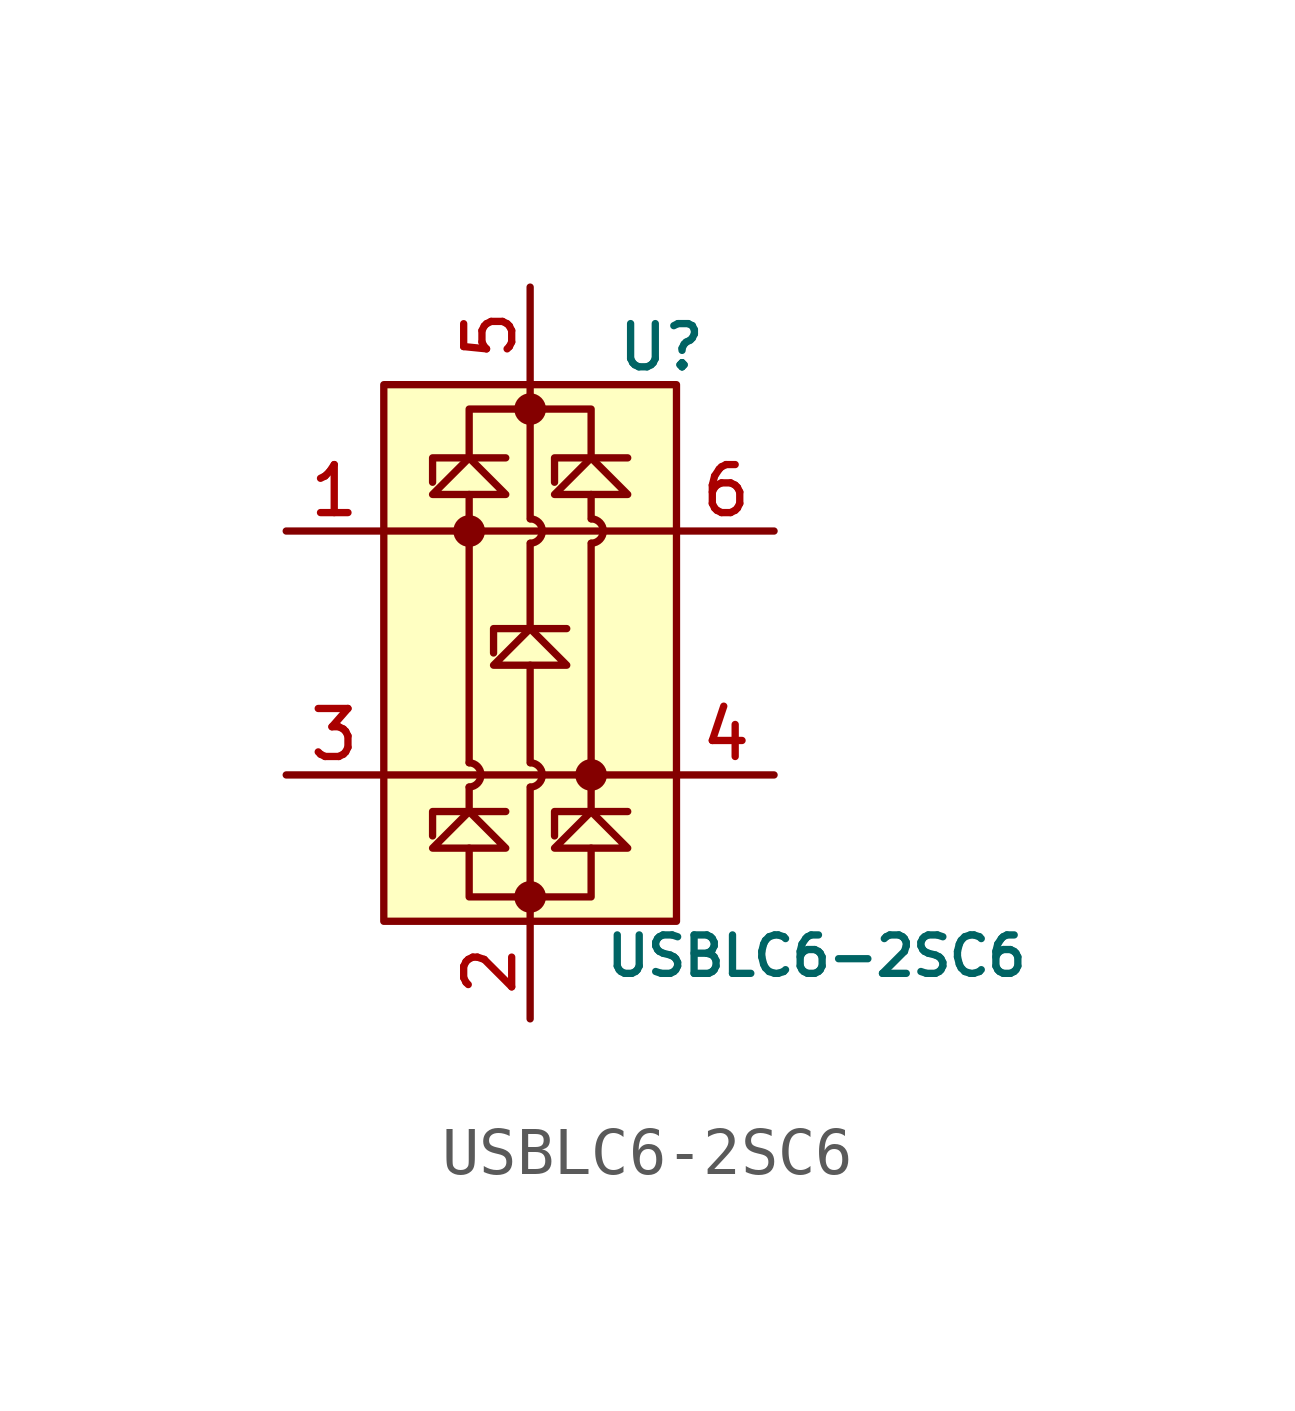
<source format=kicad_sym>
(kicad_symbol_lib
  (version 20231120)
  (generator "kicad_symbol_editor")
  (generator_version "8.0")
  (symbol "USBLC6-2SC6"
    (pin_names hide)
    (property "Reference" "U"
      (at 1.778 5.842 0)
      (effects (font (size 0.9 0.9)) (justify left bottom)))
    (property "Value" "USBLC6-2SC6"
      (at 1.524 -5.842 0)
      (effects (font (size 0.8 0.8)) (justify left top)))
    (symbol "USBLC6-2SC6_0_1"
      (arc (start -1.27 -2.794) (mid -1.023 -2.54) (end -1.27 -2.286) (stroke (width 0) (type default)) (fill (type none)))
      (polyline (pts (xy -3.048 -2.54) (xy 3.048 -2.54)) (stroke (width 0) (type default)) (fill (type none)))
      (polyline (pts (xy -1.27 -2.794) (xy -1.27 -3.302)) (stroke (width 0) (type default)) (fill (type none)))
      (polyline (pts (xy -1.27 2.54) (xy -1.27 -2.286)) (stroke (width 0) (type default)) (fill (type none)))
      (polyline (pts (xy 0 -2.794) (xy 0 -5.08)) (stroke (width 0) (type default)) (fill (type none)))
      (polyline (pts (xy 0 -2.286) (xy 0 -0.254)) (stroke (width 0) (type default)) (fill (type none)))
      (polyline (pts (xy 0 0.508) (xy 0 2.286)) (stroke (width 0) (type default)) (fill (type none)))
      (polyline (pts (xy 0 2.794) (xy 0 5.08)) (stroke (width 0) (type default)) (fill (type none)))
      (polyline (pts (xy 0 5.08) (xy 0 5.588)) (stroke (width 0) (type default)) (fill (type none)))
      (polyline (pts (xy 1.27 -3.302) (xy 1.27 -2.54)) (stroke (width 0) (type default)) (fill (type none)))
      (polyline (pts (xy 1.27 -2.54) (xy 1.27 2.286)) (stroke (width 0) (type default)) (fill (type none)))
      (polyline (pts (xy 1.27 2.794) (xy 1.27 3.302)) (stroke (width 0) (type default)) (fill (type none)))
      (polyline (pts (xy 3.048 2.54) (xy -1.27 2.54)) (stroke (width 0) (type default)) (fill (type none)))
      (polyline (pts (xy -3.048 2.54) (xy -1.27 2.54) (xy -1.27 3.302)) (stroke (width 0) (type default)) (fill (type none)))
      (polyline (pts (xy -1.27 4.064) (xy -1.27 5.08) (xy 0 5.08)) (stroke (width 0) (type default)) (fill (type none)))
      (polyline (pts (xy -0.508 -3.302) (xy -2.032 -3.302) (xy -2.032 -3.81)) (stroke (width 0) (type default)) (fill (type none)))
      (polyline (pts (xy -0.508 4.064) (xy -2.032 4.064) (xy -2.032 3.556)) (stroke (width 0) (type default)) (fill (type none)))
      (polyline (pts (xy 0 5.08) (xy 1.27 5.08) (xy 1.27 4.064)) (stroke (width 0) (type default)) (fill (type none)))
      (polyline (pts (xy 0.762 0.508) (xy -0.762 0.508) (xy -0.762 0)) (stroke (width 0) (type default)) (fill (type none)))
      (polyline (pts (xy 1.27 -4.064) (xy 1.27 -5.08) (xy 0 -5.08)) (stroke (width 0) (type default)) (fill (type none)))
      (polyline (pts (xy 2.032 -3.302) (xy 0.508 -3.302) (xy 0.508 -3.81)) (stroke (width 0) (type default)) (fill (type none)))
      (polyline (pts (xy 2.032 4.064) (xy 0.508 4.064) (xy 0.508 3.556)) (stroke (width 0) (type default)) (fill (type none)))
      (polyline (pts (xy -2.032 -4.064) (xy -0.508 -4.064) (xy -1.27 -3.302) (xy -2.032 -4.064)) (stroke (width 0) (type default)) (fill (type none)))
      (polyline (pts (xy -2.032 3.302) (xy -0.508 3.302) (xy -1.27 4.064) (xy -2.032 3.302)) (stroke (width 0) (type default)) (fill (type none)))
      (polyline (pts (xy -1.27 -4.064) (xy -1.27 -5.08) (xy 0 -5.08) (xy 0 -5.588)) (stroke (width 0) (type default)) (fill (type none)))
      (polyline (pts (xy -0.762 -0.254) (xy 0.762 -0.254) (xy 0 0.508) (xy -0.762 -0.254)) (stroke (width 0) (type default)) (fill (type none)))
      (polyline (pts (xy 0.508 -4.064) (xy 2.032 -4.064) (xy 1.27 -3.302) (xy 0.508 -4.064)) (stroke (width 0) (type default)) (fill (type none)))
      (polyline (pts (xy 0.508 3.302) (xy 2.032 3.302) (xy 1.27 4.064) (xy 0.508 3.302)) (stroke (width 0) (type default)) (fill (type none)))
      (arc (start 0.0071 -2.794) (mid 0.2541 -2.54) (end 0.0071 -2.286) (stroke (width 0) (type default)) (fill (type none)))
      (arc (start 0.0071 2.286) (mid 0.2541 2.54) (end 0.0071 2.794) (stroke (width 0) (type default)) (fill (type none)))
      (arc (start 1.2771 2.286) (mid 1.5241 2.54) (end 1.2771 2.794) (stroke (width 0) (type default)) (fill (type none))))
    (symbol "USBLC6-2SC6_1_1"
      (rectangle (start -3.048 5.588) (end 3.048 -5.588) (stroke (width 0) (type default)) (fill (type background)))
      (circle (center -1.27 2.54) (radius 0.254) (stroke (width 0) (type default)) (fill (type outline)))
      (circle (center 0 -5.08) (radius 0.254) (stroke (width 0) (type default)) (fill (type outline)))
      (circle (center 0 5.08) (radius 0.254) (stroke (width 0) (type default)) (fill (type outline)))
      (circle (center 1.27 -2.54) (radius 0.254) (stroke (width 0) (type default)) (fill (type outline)))
      (pin passive line (at -5.08 2.54 0) (length 2) (name "I/O1" (effects (font (size 1 1)))) (number "1" (effects (font (size 1 1)))))
      (pin passive line (at 0 -7.62 90) (length 2) (name "GND" (effects (font (size 1 1)))) (number "2" (effects (font (size 1 1)))))
      (pin passive line (at -5.08 -2.54 0) (length 2) (name "I/O2" (effects (font (size 1 1)))) (number "3" (effects (font (size 1 1)))))
      (pin passive line (at 5.08 -2.54 180) (length 2) (name "I/O2" (effects (font (size 1 1)))) (number "4" (effects (font (size 1 1)))))
      (pin passive line (at 0 7.62 270) (length 2) (name "VBUS" (effects (font (size 1 1)))) (number "5" (effects (font (size 1 1)))))
      (pin passive line (at 5.08 2.54 180) (length 2) (name "I/O1" (effects (font (size 1 1)))) (number "6" (effects (font (size 1 1))))))))
</source>
